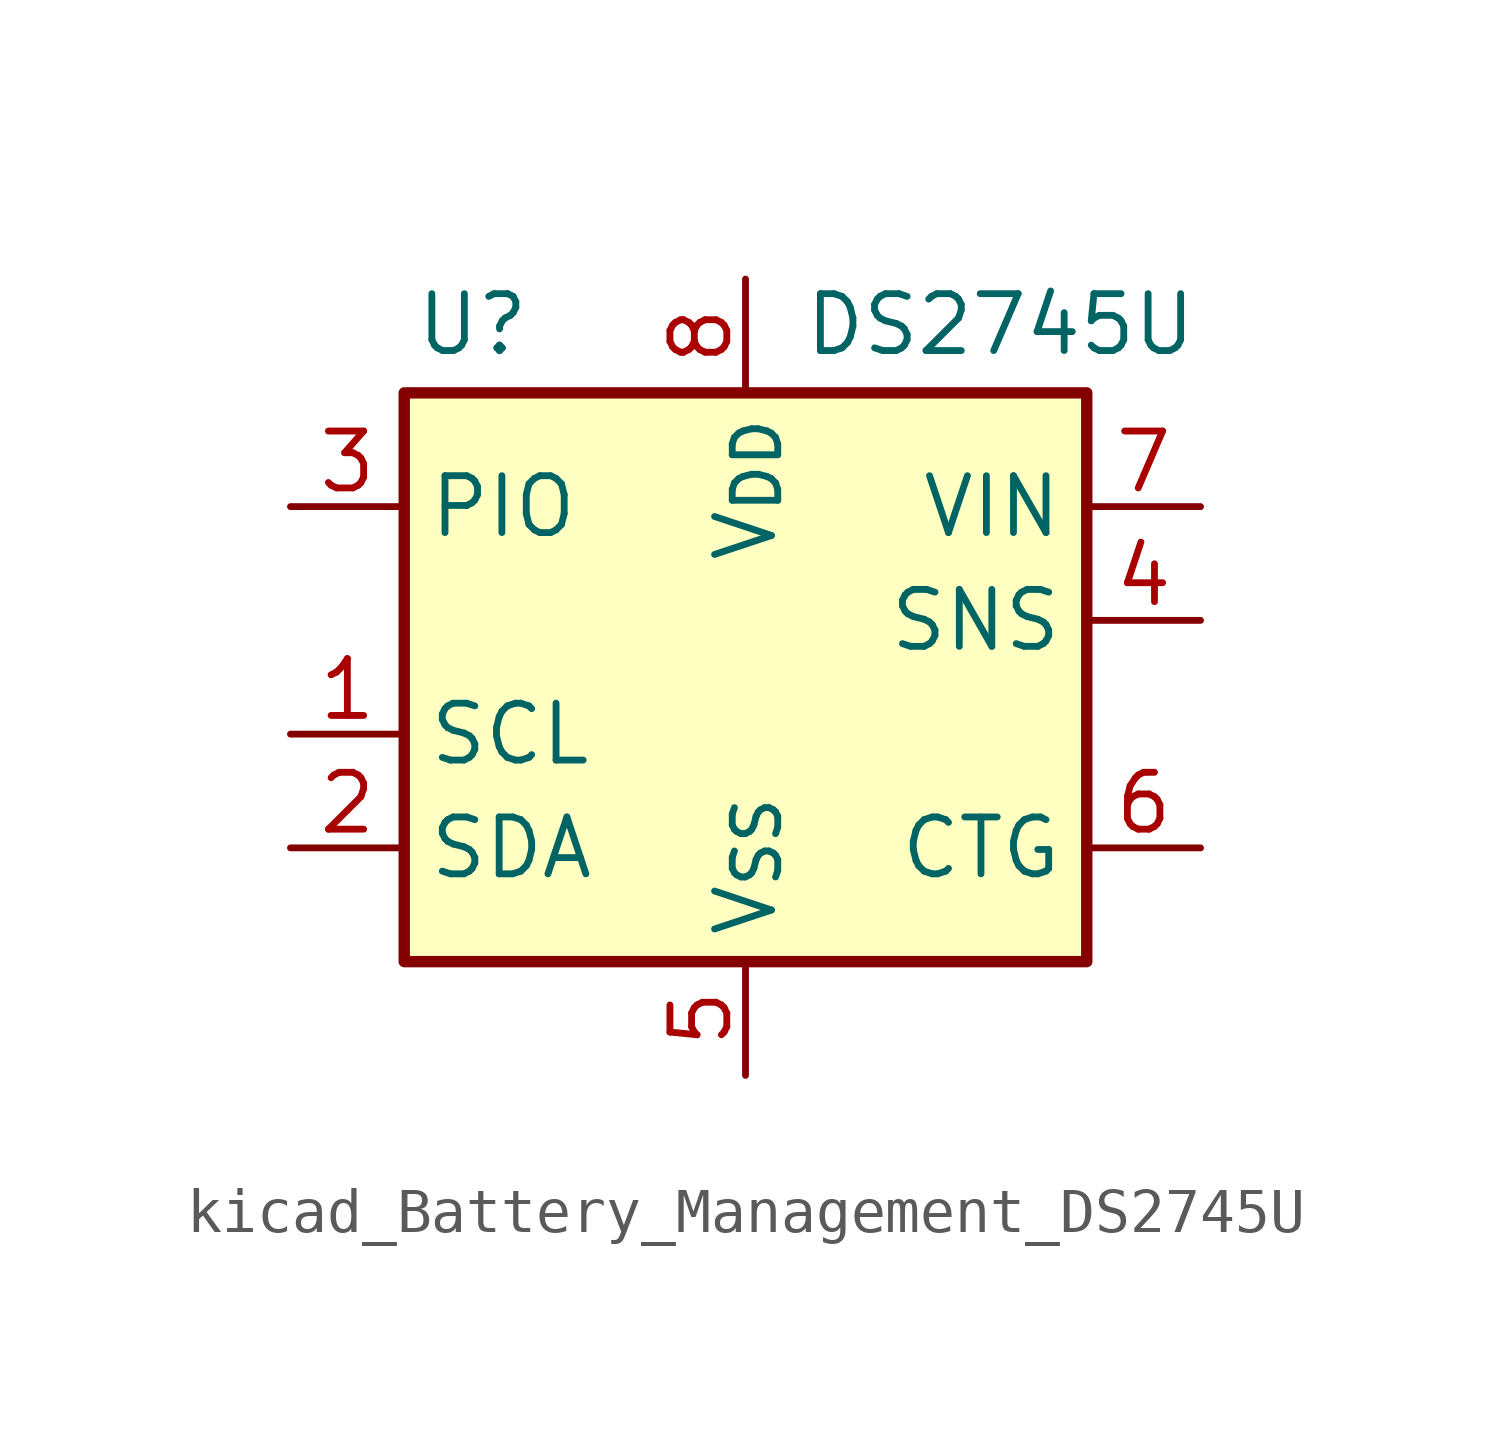
<source format=kicad_sym>
(kicad_symbol_lib
  (version 20220914)
  (generator kicad_symbol_editor)
  (symbol "kicad_Battery_Management_DS2745U"
    (property "Reference" "U"
      (at -6.096 6.604 0)
      (effects (font (size 1.27 1.27))))
    (property "Value" "DS2745U"
      (at 1.27 6.604 0)
      (effects (font (size 1.27 1.27)) (justify left)))
    (symbol "kicad_Battery_Management_DS2745U_0_1"
      (rectangle (start -7.62 5.08) (end 7.62 -7.62) (stroke (width 0.254) (type default)) (fill (type background))))
    (symbol "kicad_Battery_Management_DS2745U_1_1"
      (pin input line (at -10.16 -2.54 0) (length 2.54) (name "SCL" (effects (font (size 1.27 1.27)))) (number "1" (effects (font (size 1.27 1.27)))))
      (pin bidirectional line (at -10.16 -5.08 0) (length 2.54) (name "SDA" (effects (font (size 1.27 1.27)))) (number "2" (effects (font (size 1.27 1.27)))))
      (pin open_collector line (at -10.16 2.54 0) (length 2.54) (name "PIO" (effects (font (size 1.27 1.27)))) (number "3" (effects (font (size 1.27 1.27)))))
      (pin input line (at 10.16 0 180) (length 2.54) (name "SNS" (effects (font (size 1.27 1.27)))) (number "4" (effects (font (size 1.27 1.27)))))
      (pin power_in line (at 0 -10.16 90) (length 2.54) (name "V_{SS}" (effects (font (size 1.27 1.27)))) (number "5" (effects (font (size 1.27 1.27)))))
      (pin input line (at 10.16 -5.08 180) (length 2.54) (name "CTG" (effects (font (size 1.27 1.27)))) (number "6" (effects (font (size 1.27 1.27)))))
      (pin input line (at 10.16 2.54 180) (length 2.54) (name "VIN" (effects (font (size 1.27 1.27)))) (number "7" (effects (font (size 1.27 1.27)))))
      (pin power_in line (at 0 7.62 270) (length 2.54) (name "V_{DD}" (effects (font (size 1.27 1.27)))) (number "8" (effects (font (size 1.27 1.27))))))))
</source>
